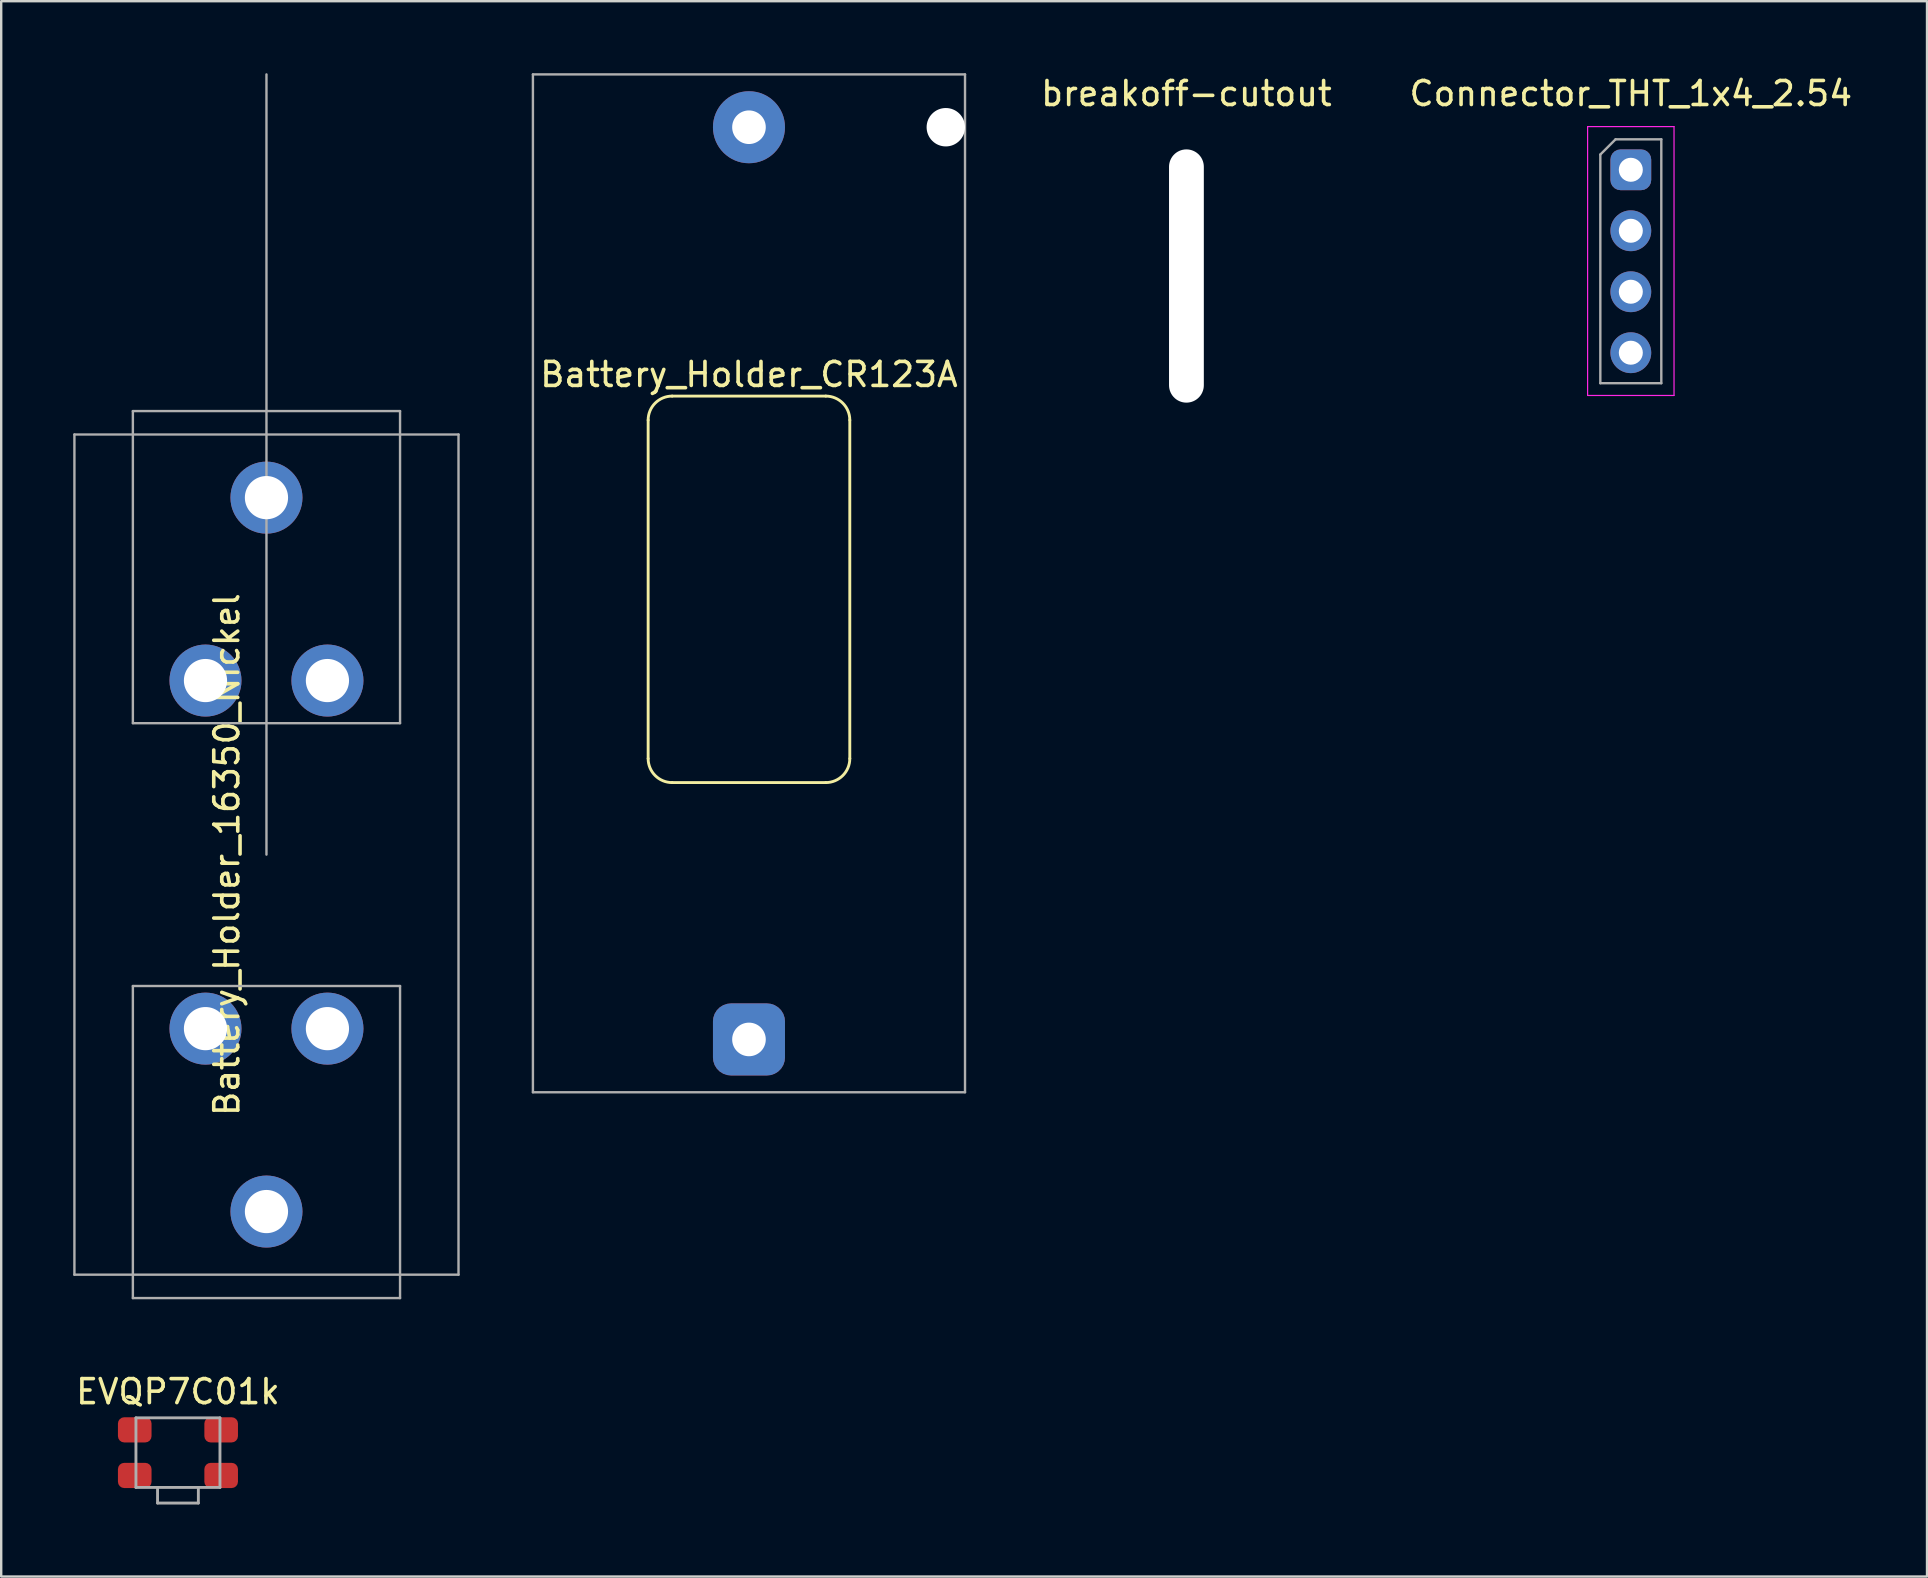
<source format=kicad_pcb>
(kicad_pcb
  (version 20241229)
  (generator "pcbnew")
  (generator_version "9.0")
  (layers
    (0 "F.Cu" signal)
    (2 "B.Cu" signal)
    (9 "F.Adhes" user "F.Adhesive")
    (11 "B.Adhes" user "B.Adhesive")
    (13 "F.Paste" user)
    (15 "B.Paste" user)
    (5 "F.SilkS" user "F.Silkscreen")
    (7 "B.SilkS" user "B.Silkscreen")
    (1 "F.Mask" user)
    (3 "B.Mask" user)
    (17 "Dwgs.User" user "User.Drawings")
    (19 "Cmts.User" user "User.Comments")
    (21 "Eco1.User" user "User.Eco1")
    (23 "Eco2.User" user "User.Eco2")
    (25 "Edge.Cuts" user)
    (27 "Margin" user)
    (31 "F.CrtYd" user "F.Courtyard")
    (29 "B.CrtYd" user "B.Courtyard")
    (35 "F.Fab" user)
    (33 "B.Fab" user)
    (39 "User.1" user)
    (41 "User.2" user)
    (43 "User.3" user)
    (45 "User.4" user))
  (footprint "Battery_Holder_16350_Nickel"
    (layer "F.Cu")
    (at 8.05 32.55)
    (property "Reference" "Battery_Holder_16350_Nickel" (at -1.651 0 90) (unlocked yes) (layer "F.SilkS") (effects (font (size 1 1) (thickness 0.15))))
    (fp_line (start -8 -17.5) (end 8 -17.5) (stroke (width 0.1) (type solid)) (layer "F.Fab"))
    (fp_line (start -8 17.5) (end -8 -17.5) (stroke (width 0.1) (type solid)) (layer "F.Fab"))
    (fp_line (start -5.565 -18.475) (end 5.565 -18.475) (stroke (width 0.1) (type solid)) (layer "F.Fab"))
    (fp_line (start -5.565 -5.475) (end -5.565 -18.475) (stroke (width 0.1) (type solid)) (layer "F.Fab"))
    (fp_line (start -5.565 5.475) (end -5.565 18.475) (stroke (width 0.1) (type solid)) (layer "F.Fab"))
    (fp_line (start -5.565 5.475) (end 5.565 5.475) (stroke (width 0.1) (type solid)) (layer "F.Fab"))
    (fp_line (start 0 0) (end 0 -32.5) (stroke (width 0.1) (type solid)) (layer "F.Fab"))
    (fp_line (start 5.565 -5.475) (end -5.565 -5.475) (stroke (width 0.1) (type solid)) (layer "F.Fab"))
    (fp_line (start 5.565 -5.475) (end 5.565 -18.475) (stroke (width 0.1) (type solid)) (layer "F.Fab"))
    (fp_line (start 5.565 5.475) (end 5.565 18.475) (stroke (width 0.1) (type solid)) (layer "F.Fab"))
    (fp_line (start 5.565 18.475) (end -5.565 18.475) (stroke (width 0.1) (type solid)) (layer "F.Fab"))
    (fp_line (start 8 -17.5) (end 8 17.5) (stroke (width 0.1) (type solid)) (layer "F.Fab"))
    (fp_line (start 8 17.5) (end -8 17.5) (stroke (width 0.1) (type solid)) (layer "F.Fab"))
    (pad "1" thru_hole circle (at -2.54 -7.25) (size 3 3) (drill 1.8) (layers "*.Cu" "*.Mask"))
    (pad "1" thru_hole circle (at 0 -14.87) (size 3 3) (drill 1.8) (layers "*.Cu" "*.Mask"))
    (pad "1" thru_hole circle (at 2.54 -7.25) (size 3 3) (drill 1.8) (layers "*.Cu" "*.Mask"))
    (pad "2" thru_hole circle (at -2.54 7.25) (size 3 3) (drill 1.8) (layers "*.Cu" "*.Mask"))
    (pad "2" thru_hole circle (at 0 14.87) (size 3 3) (drill 1.8) (layers "*.Cu" "*.Mask"))
    (pad "2" thru_hole circle (at 2.54 7.25) (size 3 3) (drill 1.8) (layers "*.Cu" "*.Mask")))
  (footprint "Connector_THT_1x4_2.54"
    (layer "F.Cu")
    (at 64.885 7.833)
    (property "Reference" "Connector_THT_1x4_2.54" (at 0 -6.985 0) (layer "F.SilkS") (effects (font (size 1 1) (thickness 0.15))))
    (fp_line (start -1.8 -5.61) (end -1.8 5.59) (stroke (width 0.05) (type solid)) (layer "F.CrtYd"))
    (fp_line (start -1.8 5.59) (end 1.8 5.59) (stroke (width 0.05) (type solid)) (layer "F.CrtYd"))
    (fp_line (start 1.8 -5.61) (end -1.8 -5.61) (stroke (width 0.05) (type solid)) (layer "F.CrtYd"))
    (fp_line (start 1.8 5.59) (end 1.8 -5.61) (stroke (width 0.05) (type solid)) (layer "F.CrtYd"))
    (fp_line (start -1.27 -4.445) (end -0.635 -5.08) (stroke (width 0.1) (type solid)) (layer "F.Fab"))
    (fp_line (start -1.27 5.08) (end -1.27 -4.445) (stroke (width 0.1) (type solid)) (layer "F.Fab"))
    (fp_line (start -0.635 -5.08) (end 1.27 -5.08) (stroke (width 0.1) (type solid)) (layer "F.Fab"))
    (fp_line (start 1.27 -5.08) (end 1.27 5.08) (stroke (width 0.1) (type solid)) (layer "F.Fab"))
    (fp_line (start 1.27 5.08) (end -1.27 5.08) (stroke (width 0.1) (type solid)) (layer "F.Fab"))
    (pad "1" thru_hole roundrect (at 0 -3.81) (size 1.7 1.7) (drill 1) (layers "*.Cu" "*.Mask") (roundrect_rratio 0.25))
    (pad "2" thru_hole oval (at 0 -1.27) (size 1.7 1.7) (drill 1) (layers "*.Cu" "*.Mask"))
    (pad "3" thru_hole oval (at 0 1.27) (size 1.7 1.7) (drill 1) (layers "*.Cu" "*.Mask"))
    (pad "4" thru_hole oval (at 0 3.81) (size 1.7 1.7) (drill 1) (layers "*.Cu" "*.Mask")))
  (footprint "EVQP7C01k"
    (layer "F.Cu")
    (at 4.363 57.463)
    (property "Reference" "EVQP7C01k" (at 0 -2.54 0) (unlocked yes) (layer "F.SilkS") (effects (font (size 1 1) (thickness 0.15))))
    (fp_line (start -1.75 -1.45) (end -1.75 1.45) (stroke (width 0.12) (type solid)) (layer "F.Fab"))
    (fp_line (start -1.75 -1.45) (end 1.75 -1.45) (stroke (width 0.12) (type solid)) (layer "F.Fab"))
    (fp_line (start -1.75 1.45) (end 1.75 1.45) (stroke (width 0.12) (type solid)) (layer "F.Fab"))
    (fp_line (start -0.85 1.45) (end -0.85 2.1) (stroke (width 0.12) (type solid)) (layer "F.Fab"))
    (fp_line (start -0.85 2.1) (end 0.85 2.1) (stroke (width 0.12) (type solid)) (layer "F.Fab"))
    (fp_line (start 0.85 2.1) (end 0.85 1.45) (stroke (width 0.12) (type solid)) (layer "F.Fab"))
    (fp_line (start 1.75 -1.45) (end 1.75 1.45) (stroke (width 0.12) (type solid)) (layer "F.Fab"))
    (pad "1" smd roundrect (at -1.8 -0.95) (size 1.4 1.05) (layers "F.Cu" "F.Mask" "F.Paste") (roundrect_rratio 0.25))
    (pad "1" smd roundrect (at 1.8 -0.95) (size 1.4 1.05) (layers "F.Cu" "F.Mask" "F.Paste") (roundrect_rratio 0.25))
    (pad "2" smd roundrect (at -1.8 0.95) (size 1.4 1.05) (layers "F.Cu" "F.Mask" "F.Paste") (roundrect_rratio 0.25))
    (pad "2" smd roundrect (at 1.8 0.95) (size 1.4 1.05) (layers "F.Cu" "F.Mask" "F.Paste") (roundrect_rratio 0.25)))
  (footprint "Battery_Holder_CR123A"
    (layer "F.Cu")
    (at 28.15 21.25)
    (property "Reference" "Battery_Holder_CR123A" (at 0 -8.7 0) (unlocked yes) (layer "F.SilkS") (effects (font (size 1 1) (thickness 0.15))))
    (fp_line (start -4.2 7.3) (end -4.2 -6.8) (stroke (width 0.12) (type solid)) (layer "F.SilkS"))
    (fp_line (start 3.2 -7.8) (end -3.2 -7.8) (stroke (width 0.12) (type solid)) (layer "F.SilkS"))
    (fp_line (start 3.2 8.3) (end -3.2 8.3) (stroke (width 0.12) (type solid)) (layer "F.SilkS"))
    (fp_line (start 4.2 -6.8) (end 4.2 7.3) (stroke (width 0.12) (type solid)) (layer "F.SilkS"))
    (fp_arc (start -4.2 -6.8) (mid -3.907107 -7.507107) (end -3.2 -7.8) (stroke (width 0.12) (type solid)) (layer "F.SilkS"))
    (fp_arc (start -3.2 8.3) (mid -3.907107 8.007107) (end -4.2 7.3) (stroke (width 0.12) (type solid)) (layer "F.SilkS"))
    (fp_arc (start 3.2 -7.8) (mid 3.907107 -7.507107) (end 4.2 -6.8) (stroke (width 0.12) (type solid)) (layer "F.SilkS"))
    (fp_arc (start 4.2 7.3) (mid 3.907107 8.007107) (end 3.2 8.3) (stroke (width 0.12) (type solid)) (layer "F.SilkS"))
    (fp_line (start -9 -21.2) (end -9 21.2) (stroke (width 0.1) (type solid)) (layer "F.Fab"))
    (fp_line (start 9 -21.2) (end -9 -21.2) (stroke (width 0.1) (type solid)) (layer "F.Fab"))
    (fp_line (start 9 -21.2) (end 9 21.2) (stroke (width 0.1) (type solid)) (layer "F.Fab"))
    (fp_line (start 9 21.2) (end -9 21.2) (stroke (width 0.1) (type solid)) (layer "F.Fab"))
    (pad "" np_thru_hole circle (at 8.2 -19) (size 1.6 1.6) (drill 1.6) (layers "*.Cu" "*.Mask"))
    (pad "1" thru_hole circle (at 0 -19) (size 3 3) (drill 1.4) (layers "*.Cu" "*.Mask"))
    (pad "2" thru_hole roundrect (at 0 19) (size 3 3) (drill 1.4) (layers "*.Cu" "*.Mask") (roundrect_rratio 0.25)))
  (footprint "breakoff-cutout"
    (layer "F.Cu")
    (at 46.373 8.448)
    (property "Reference" "breakoff-cutout" (at 0 -7.6 0) (unlocked yes) (layer "F.SilkS") (effects (font (size 1 1) (thickness 0.15))))
    (attr smd)
    (pad "" np_thru_hole oval (at 0 0) (size 1.45 10.55) (drill oval 1.45 10.55) (layers "*.Cu" "*.Mask")))
  (gr_rect
    (start -3 -3)
    (end 77.224 62.623)
    (stroke (width 0.1) (type default))
    (fill no)
    (layer "Edge.Cuts")))
</source>
